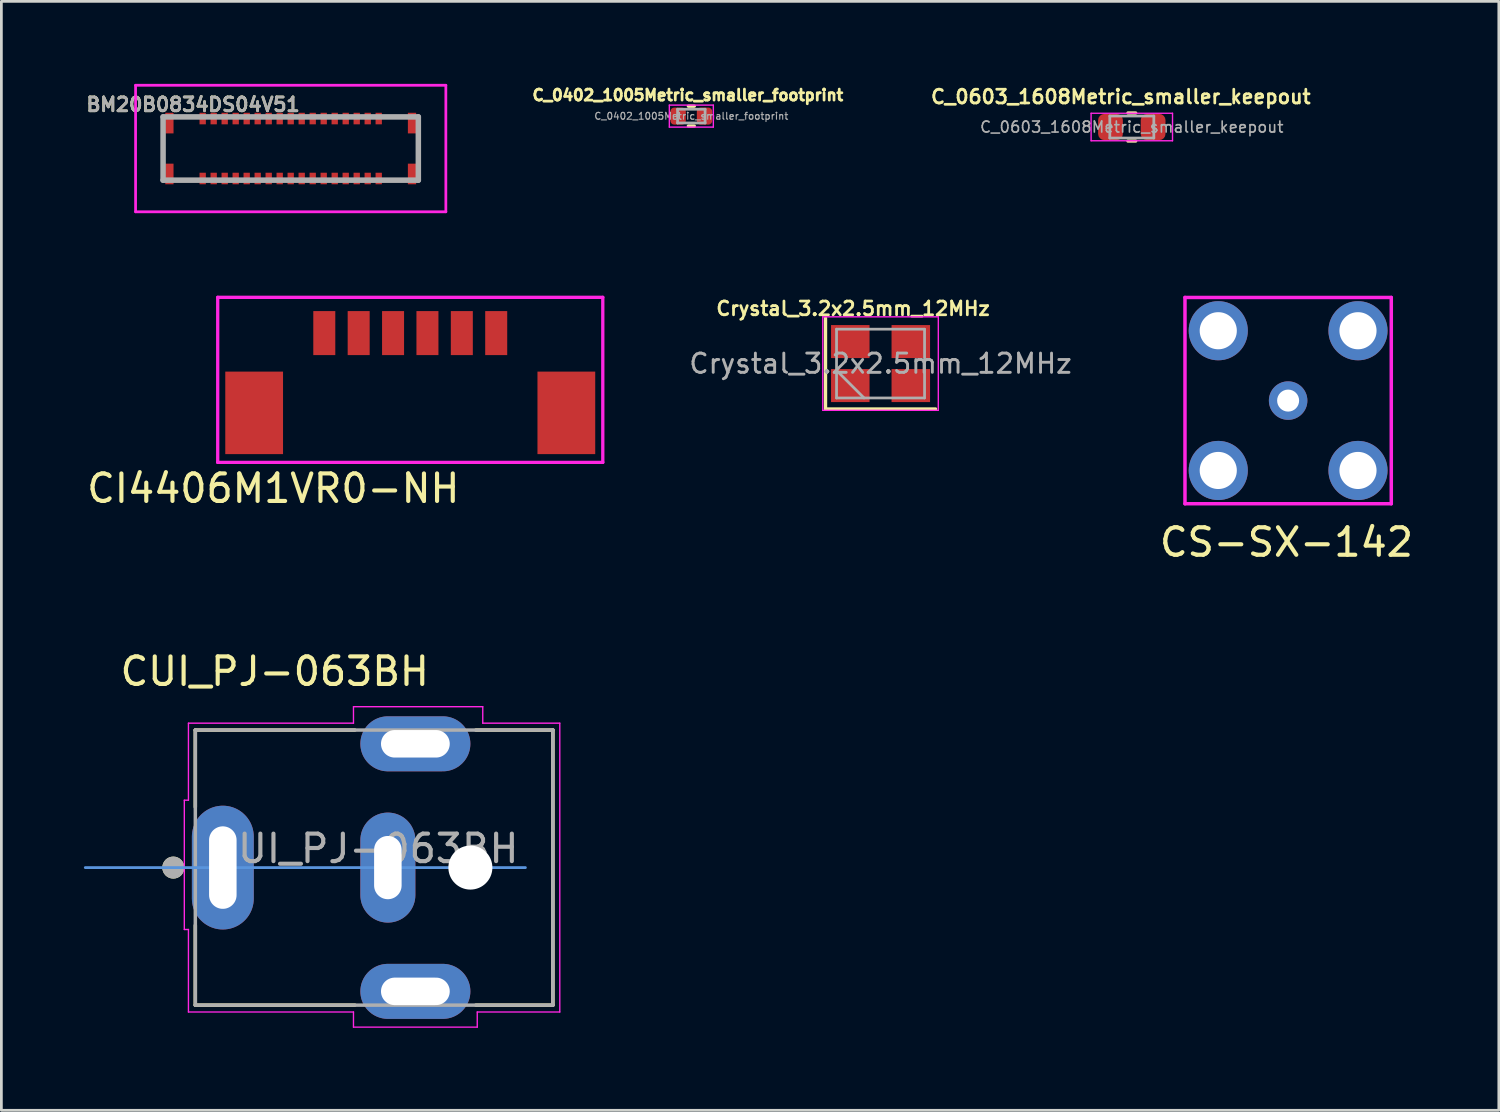
<source format=kicad_pcb>
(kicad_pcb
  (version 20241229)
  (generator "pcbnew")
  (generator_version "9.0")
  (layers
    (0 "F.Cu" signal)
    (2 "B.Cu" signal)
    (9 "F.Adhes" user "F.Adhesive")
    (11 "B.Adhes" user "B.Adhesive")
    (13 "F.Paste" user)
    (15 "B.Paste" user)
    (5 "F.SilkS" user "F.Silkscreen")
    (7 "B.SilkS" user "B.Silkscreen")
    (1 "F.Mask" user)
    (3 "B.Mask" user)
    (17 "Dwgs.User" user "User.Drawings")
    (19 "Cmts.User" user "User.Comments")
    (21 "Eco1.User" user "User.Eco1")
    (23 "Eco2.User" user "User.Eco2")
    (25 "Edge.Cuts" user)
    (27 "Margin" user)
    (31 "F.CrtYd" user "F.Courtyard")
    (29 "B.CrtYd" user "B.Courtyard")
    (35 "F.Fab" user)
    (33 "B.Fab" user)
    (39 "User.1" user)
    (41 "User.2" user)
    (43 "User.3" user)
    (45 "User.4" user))
  (footprint "C_0402_1005Metric_smaller_footprint"
    (layer "F.Cu")
    (at 22.084 1.171)
    (property "Reference" "C_0402_1005Metric_smaller_footprint" (at -0.127 -0.762 0) (layer "F.SilkS") (effects (font (size 0.4 0.4) (thickness 0.1))))
    (attr smd)
    (fp_line (start -0.108 -0.36) (end 0.108 -0.36) (stroke (width 0.12) (type solid)) (layer "F.SilkS"))
    (fp_line (start -0.108 0.36) (end 0.108 0.36) (stroke (width 0.12) (type solid)) (layer "F.SilkS"))
    (fp_line (start -0.8 -0.4) (end 0.8 -0.4) (stroke (width 0.05) (type solid)) (layer "F.CrtYd"))
    (fp_line (start -0.8 0.4) (end -0.8 -0.4) (stroke (width 0.05) (type solid)) (layer "F.CrtYd"))
    (fp_line (start 0.8 -0.4) (end 0.8 0.4) (stroke (width 0.05) (type solid)) (layer "F.CrtYd"))
    (fp_line (start 0.8 0.4) (end -0.8 0.4) (stroke (width 0.05) (type solid)) (layer "F.CrtYd"))
    (fp_line (start -0.5 -0.25) (end 0.5 -0.25) (stroke (width 0.1) (type solid)) (layer "F.Fab"))
    (fp_line (start -0.5 0.25) (end -0.5 -0.25) (stroke (width 0.1) (type solid)) (layer "F.Fab"))
    (fp_line (start 0.5 -0.25) (end 0.5 0.25) (stroke (width 0.1) (type solid)) (layer "F.Fab"))
    (fp_line (start 0.5 0.25) (end -0.5 0.25) (stroke (width 0.1) (type solid)) (layer "F.Fab"))
    (fp_text user "${REFERENCE}" (at 0 0 0) (layer "F.Fab") (effects (font (size 0.25 0.25) (thickness 0.04))))
    (pad "1" smd roundrect (at -0.48 0) (size 0.56 0.62) (layers "F.Cu" "F.Mask" "F.Paste") (roundrect_rratio 0.25))
    (pad "2" smd roundrect (at 0.48 0) (size 0.56 0.62) (layers "F.Cu" "F.Mask" "F.Paste") (roundrect_rratio 0.25)))
  (footprint "CI4406M1VR0-NH"
    (layer "F.Cu")
    (at 11.865 10.16)
    (property "Reference" "CI4406M1VR0-NH" (at -4.978 4.547 0) (layer "F.SilkS") (effects (font (size 1 1) (thickness 0.15))))
    (attr through_hole)
    (fp_line (start -7 -2.4) (end 7 -2.4) (stroke (width 0.12) (type solid)) (layer "F.CrtYd"))
    (fp_line (start -7 3.6) (end -7 -2.4) (stroke (width 0.12) (type solid)) (layer "F.CrtYd"))
    (fp_line (start 7 -2.4) (end 7 3.6) (stroke (width 0.12) (type solid)) (layer "F.CrtYd"))
    (fp_line (start 7 3.6) (end -7 3.6) (stroke (width 0.12) (type solid)) (layer "F.CrtYd"))
    (pad "1" smd rect (at 3.125 -1.1) (size 0.8 1.6) (layers "F.Cu" "F.Mask" "F.Paste"))
    (pad "2" smd rect (at 1.875 -1.1) (size 0.8 1.6) (layers "F.Cu" "F.Mask" "F.Paste"))
    (pad "3" smd rect (at 0.625 -1.1) (size 0.8 1.6) (layers "F.Cu" "F.Mask" "F.Paste"))
    (pad "4" smd rect (at -0.625 -1.1) (size 0.8 1.6) (layers "F.Cu" "F.Mask" "F.Paste"))
    (pad "5" smd rect (at -1.875 -1.1) (size 0.8 1.6) (layers "F.Cu" "F.Mask" "F.Paste"))
    (pad "6" smd rect (at -3.125 -1.1) (size 0.8 1.6) (layers "F.Cu" "F.Mask" "F.Paste"))
    (pad "M1" smd rect (at 5.675 1.8) (size 2.1 3) (layers "F.Cu" "F.Mask" "F.Paste"))
    (pad "M2" smd rect (at -5.675 1.8) (size 2.1 3) (layers "F.Cu" "F.Mask" "F.Paste")))
  (footprint "CS-SX-142"
    (layer "F.Cu")
    (at 43.781 11.514)
    (property "Reference" "CS-SX-142" (at -0.06 5.15 0) (layer "F.SilkS") (effects (font (size 1 1) (thickness 0.15))))
    (attr through_hole)
    (fp_line (start -3.75 -3.75) (end -3.75 3.75) (stroke (width 0.127) (type solid)) (layer "F.CrtYd"))
    (fp_line (start -3.75 -3.75) (end 3.75 -3.75) (stroke (width 0.127) (type solid)) (layer "F.CrtYd"))
    (fp_line (start 3.75 -3.75) (end 3.75 3.75) (stroke (width 0.127) (type solid)) (layer "F.CrtYd"))
    (fp_line (start 3.75 3.75) (end -3.75 3.75) (stroke (width 0.127) (type solid)) (layer "F.CrtYd"))
    (pad "1" thru_hole circle (at 0 0) (size 1.4 1.4) (drill 0.8) (layers "*.Mask" "B.Cu"))
    (pad "2" thru_hole circle (at 2.54 -2.54) (size 2.15 2.15) (drill 1.35) (layers "*.Cu" "*.Mask"))
    (pad "3" thru_hole circle (at -2.54 -2.54) (size 2.15 2.15) (drill 1.35) (layers "*.Cu" "*.Mask"))
    (pad "4" thru_hole circle (at -2.54 2.54) (size 2.15 2.15) (drill 1.35) (layers "*.Cu" "*.Mask"))
    (pad "5" thru_hole circle (at 2.54 2.54) (size 2.15 2.15) (drill 1.35) (layers "*.Cu" "*.Mask")))
  (footprint "BM20B0834DS04V51"
    (layer "F.Cu")
    (at 7.519 2.35)
    (property "Reference" "BM20B0834DS04V51" (at -3.55 -1.6 0) (layer "F.SilkS") (effects (font (size 0.5 0.5) (thickness 0.1))))
    (attr smd)
    (fp_line (start -4.64 -0.4) (end -4.64 0.4) (stroke (width 0.1) (type solid)) (layer "F.SilkS"))
    (fp_line (start -4 -1.15) (end -3.4 -1.15) (stroke (width 0.1) (type solid)) (layer "F.SilkS"))
    (fp_line (start -4 1.15) (end -3.4 1.15) (stroke (width 0.1) (type solid)) (layer "F.SilkS"))
    (fp_line (start 3.6 -1.15) (end 4 -1.15) (stroke (width 0.1) (type solid)) (layer "F.SilkS"))
    (fp_line (start 3.6 1.15) (end 4 1.15) (stroke (width 0.1) (type solid)) (layer "F.SilkS"))
    (fp_line (start 4.64 -0.4) (end 4.64 0.4) (stroke (width 0.1) (type solid)) (layer "F.SilkS"))
    (fp_line (start -5.64 -2.3) (end 5.64 -2.3) (stroke (width 0.1) (type solid)) (layer "F.CrtYd"))
    (fp_line (start -5.64 2.3) (end -5.64 -2.3) (stroke (width 0.1) (type solid)) (layer "F.CrtYd"))
    (fp_line (start 5.64 -2.3) (end 5.64 2.3) (stroke (width 0.1) (type solid)) (layer "F.CrtYd"))
    (fp_line (start 5.64 2.3) (end -5.64 2.3) (stroke (width 0.1) (type solid)) (layer "F.CrtYd"))
    (fp_line (start -4.64 -1.15) (end 4.64 -1.15) (stroke (width 0.2) (type solid)) (layer "F.Fab"))
    (fp_line (start -4.64 1.15) (end -4.64 -1.15) (stroke (width 0.2) (type solid)) (layer "F.Fab"))
    (fp_line (start 4.64 -1.15) (end 4.64 1.15) (stroke (width 0.2) (type solid)) (layer "F.Fab"))
    (fp_line (start 4.64 1.15) (end -4.64 1.15) (stroke (width 0.2) (type solid)) (layer "F.Fab"))
    (fp_text user "${REFERENCE}" (at -3.55 -1.6 0) (layer "F.Fab") (effects (font (size 0.5 0.5) (thickness 0.1))))
    (pad "1" smd rect (at -3.2 -1.09) (size 0.23 0.42) (layers "F.Cu" "F.Mask" "F.Paste"))
    (pad "2" smd rect (at -2.8 -1.09) (size 0.23 0.42) (layers "F.Cu" "F.Mask" "F.Paste"))
    (pad "3" smd rect (at -2.4 -1.09) (size 0.23 0.42) (layers "F.Cu" "F.Mask" "F.Paste"))
    (pad "4" smd rect (at -2 -1.09) (size 0.23 0.42) (layers "F.Cu" "F.Mask" "F.Paste"))
    (pad "5" smd rect (at -1.6 -1.09) (size 0.23 0.42) (layers "F.Cu" "F.Mask" "F.Paste"))
    (pad "6" smd rect (at -1.2 -1.09) (size 0.23 0.42) (layers "F.Cu" "F.Mask" "F.Paste"))
    (pad "7" smd rect (at -0.8 -1.09) (size 0.23 0.42) (layers "F.Cu" "F.Mask" "F.Paste"))
    (pad "8" smd rect (at -0.4 -1.09) (size 0.23 0.42) (layers "F.Cu" "F.Mask" "F.Paste"))
    (pad "9" smd rect (at 0 -1.09) (size 0.23 0.42) (layers "F.Cu" "F.Mask" "F.Paste"))
    (pad "10" smd rect (at 0.4 -1.09) (size 0.23 0.42) (layers "F.Cu" "F.Mask" "F.Paste"))
    (pad "11" smd rect (at 0.8 -1.09) (size 0.23 0.42) (layers "F.Cu" "F.Mask" "F.Paste"))
    (pad "12" smd rect (at 1.2 -1.09) (size 0.23 0.42) (layers "F.Cu" "F.Mask" "F.Paste"))
    (pad "13" smd rect (at 1.6 -1.09) (size 0.23 0.42) (layers "F.Cu" "F.Mask" "F.Paste"))
    (pad "14" smd rect (at 2 -1.09) (size 0.23 0.42) (layers "F.Cu" "F.Mask" "F.Paste"))
    (pad "15" smd rect (at 2.4 -1.09) (size 0.23 0.42) (layers "F.Cu" "F.Mask" "F.Paste"))
    (pad "16" smd rect (at 2.8 -1.09) (size 0.23 0.42) (layers "F.Cu" "F.Mask" "F.Paste"))
    (pad "17" smd rect (at 3.2 -1.09) (size 0.23 0.42) (layers "F.Cu" "F.Mask" "F.Paste"))
    (pad "18" smd rect (at 3.2 1.09) (size 0.23 0.42) (layers "F.Cu" "F.Mask" "F.Paste"))
    (pad "19" smd rect (at 2.8 1.09) (size 0.23 0.42) (layers "F.Cu" "F.Mask" "F.Paste"))
    (pad "20" smd rect (at 2.4 1.09) (size 0.23 0.42) (layers "F.Cu" "F.Mask" "F.Paste"))
    (pad "21" smd rect (at 2 1.09) (size 0.23 0.42) (layers "F.Cu" "F.Mask" "F.Paste"))
    (pad "22" smd rect (at 1.6 1.09) (size 0.23 0.42) (layers "F.Cu" "F.Mask" "F.Paste"))
    (pad "23" smd rect (at 1.2 1.09) (size 0.23 0.42) (layers "F.Cu" "F.Mask" "F.Paste"))
    (pad "24" smd rect (at 0.8 1.09) (size 0.23 0.42) (layers "F.Cu" "F.Mask" "F.Paste"))
    (pad "25" smd rect (at 0.4 1.09) (size 0.23 0.42) (layers "F.Cu" "F.Mask" "F.Paste"))
    (pad "26" smd rect (at 0 1.09) (size 0.23 0.42) (layers "F.Cu" "F.Mask" "F.Paste"))
    (pad "27" smd rect (at -0.4 1.09) (size 0.23 0.42) (layers "F.Cu" "F.Mask" "F.Paste"))
    (pad "28" smd rect (at -0.8 1.09) (size 0.23 0.42) (layers "F.Cu" "F.Mask" "F.Paste"))
    (pad "29" smd rect (at -1.2 1.09) (size 0.23 0.42) (layers "F.Cu" "F.Mask" "F.Paste"))
    (pad "30" smd rect (at -1.6 1.09) (size 0.23 0.42) (layers "F.Cu" "F.Mask" "F.Paste"))
    (pad "31" smd rect (at -2 1.09) (size 0.23 0.42) (layers "F.Cu" "F.Mask" "F.Paste"))
    (pad "32" smd rect (at -2.4 1.09) (size 0.23 0.42) (layers "F.Cu" "F.Mask" "F.Paste"))
    (pad "33" smd rect (at -2.8 1.09) (size 0.23 0.42) (layers "F.Cu" "F.Mask" "F.Paste"))
    (pad "34" smd rect (at -3.2 1.09) (size 0.23 0.42) (layers "F.Cu" "F.Mask" "F.Paste"))
    (pad "MP1" smd rect (at -4.41 0.925) (size 0.3 0.75) (layers "F.Cu" "F.Mask" "F.Paste"))
    (pad "MP2" smd rect (at -4.41 -0.925) (size 0.3 0.75) (layers "F.Cu" "F.Mask" "F.Paste"))
    (pad "MP3" smd rect (at 4.41 0.925) (size 0.3 0.75) (layers "F.Cu" "F.Mask" "F.Paste"))
    (pad "MP4" smd rect (at 4.41 -0.925) (size 0.3 0.75) (layers "F.Cu" "F.Mask" "F.Paste")))
  (footprint "CUI_PJ-063BH"
    (layer "F.Cu")
    (at 5.051 28.492)
    (property "Reference" "CUI_PJ-063BH" (at 1.887 -7.132 0) (layer "F.SilkS") (effects (font (size 1.001 1.001) (thickness 0.15))))
    (attr through_hole)
    (fp_line (start -1 -5) (end 4.8 -5) (stroke (width 0.127) (type solid)) (layer "F.SilkS"))
    (fp_line (start -1 -2.2) (end -1 -5) (stroke (width 0.127) (type solid)) (layer "F.SilkS"))
    (fp_line (start -1 5) (end -1 2.1) (stroke (width 0.127) (type solid)) (layer "F.SilkS"))
    (fp_line (start 4.8 5) (end -1 5) (stroke (width 0.127) (type solid)) (layer "F.SilkS"))
    (fp_line (start 9.2 -5) (end 12 -5) (stroke (width 0.127) (type solid)) (layer "F.SilkS"))
    (fp_line (start 12 -5) (end 12 5) (stroke (width 0.127) (type solid)) (layer "F.SilkS"))
    (fp_line (start 12 5) (end 9.2 5) (stroke (width 0.127) (type solid)) (layer "F.SilkS"))
    (fp_circle (center -1.8 0) (end -1.6 0) (stroke (width 0.4) (type solid)) (fill no) (layer "F.SilkS"))
    (fp_line (start -5 0) (end 11 0) (stroke (width 0.102) (type solid)) (layer "Cmts.User"))
    (fp_line (start -1.4 -2.45) (end -1.25 -2.45) (stroke (width 0.05) (type solid)) (layer "F.CrtYd"))
    (fp_line (start -1.4 2.25) (end -1.4 -2.45) (stroke (width 0.05) (type solid)) (layer "F.CrtYd"))
    (fp_line (start -1.25 -5.25) (end 4.75 -5.25) (stroke (width 0.05) (type solid)) (layer "F.CrtYd"))
    (fp_line (start -1.25 -2.45) (end -1.25 -5.25) (stroke (width 0.05) (type solid)) (layer "F.CrtYd"))
    (fp_line (start -1.25 2.25) (end -1.4 2.25) (stroke (width 0.05) (type solid)) (layer "F.CrtYd"))
    (fp_line (start -1.25 5.25) (end -1.25 2.25) (stroke (width 0.05) (type solid)) (layer "F.CrtYd"))
    (fp_line (start 4.75 -5.85) (end 9.45 -5.85) (stroke (width 0.05) (type solid)) (layer "F.CrtYd"))
    (fp_line (start 4.75 -5.25) (end 4.75 -5.85) (stroke (width 0.05) (type solid)) (layer "F.CrtYd"))
    (fp_line (start 4.75 5.25) (end -1.25 5.25) (stroke (width 0.05) (type solid)) (layer "F.CrtYd"))
    (fp_line (start 4.75 5.8) (end 4.75 5.25) (stroke (width 0.05) (type solid)) (layer "F.CrtYd"))
    (fp_line (start 9.25 5.25) (end 9.25 5.8) (stroke (width 0.05) (type solid)) (layer "F.CrtYd"))
    (fp_line (start 9.25 5.8) (end 4.75 5.8) (stroke (width 0.05) (type solid)) (layer "F.CrtYd"))
    (fp_line (start 9.45 -5.85) (end 9.45 -5.25) (stroke (width 0.05) (type solid)) (layer "F.CrtYd"))
    (fp_line (start 9.45 -5.25) (end 12.25 -5.25) (stroke (width 0.05) (type solid)) (layer "F.CrtYd"))
    (fp_line (start 12.25 -5.25) (end 12.25 5.25) (stroke (width 0.05) (type solid)) (layer "F.CrtYd"))
    (fp_line (start 12.25 5.25) (end 9.25 5.25) (stroke (width 0.05) (type solid)) (layer "F.CrtYd"))
    (fp_line (start -1 -5) (end 12 -5) (stroke (width 0.127) (type solid)) (layer "F.Fab"))
    (fp_line (start -1 5) (end -1 -5) (stroke (width 0.127) (type solid)) (layer "F.Fab"))
    (fp_line (start 12 -5) (end 12 5) (stroke (width 0.127) (type solid)) (layer "F.Fab"))
    (fp_line (start 12 5) (end -1 5) (stroke (width 0.127) (type solid)) (layer "F.Fab"))
    (fp_circle (center -1.8 0) (end -1.6 0) (stroke (width 0.4) (type solid)) (fill no) (layer "F.Fab"))
    (fp_text user "${REFERENCE}" (at 5.15 -0.69 0) (layer "F.Fab") (effects (font (size 1 1) (thickness 0.15))))
    (pad "" np_thru_hole circle (at 9 0) (size 1.6 1.6) (drill 1.6) (layers "*.Cu" "*.Mask"))
    (pad "1" thru_hole oval (at 0 0) (size 2.25 4.5) (drill oval 1 3) (layers "*.Cu" "*.Mask"))
    (pad "2" thru_hole oval (at 6 0) (size 2 4) (drill oval 1 2.3) (layers "*.Cu" "*.Mask"))
    (pad "S1" thru_hole oval (at 7 -4.5) (size 4 2) (drill oval 2.5 1) (layers "*.Cu" "*.Mask"))
    (pad "S2" thru_hole oval (at 7 4.5) (size 4 2) (drill oval 2.5 1) (layers "*.Cu" "*.Mask")))
  (footprint "C_0603_1608Metric_smaller_keepout"
    (layer "F.Cu")
    (at 38.098 1.568)
    (property "Reference" "C_0603_1608Metric_smaller_keepout" (at -0.4 -1.1 0) (layer "F.SilkS") (effects (font (size 0.5 0.5) (thickness 0.1))))
    (attr smd)
    (fp_line (start -0.141 -0.51) (end 0.141 -0.51) (stroke (width 0.12) (type solid)) (layer "F.SilkS"))
    (fp_line (start -0.141 0.51) (end 0.141 0.51) (stroke (width 0.12) (type solid)) (layer "F.SilkS"))
    (fp_line (start -1.48 -0.5) (end 1.48 -0.5) (stroke (width 0.05) (type solid)) (layer "F.CrtYd"))
    (fp_line (start -1.48 0.5) (end -1.48 -0.5) (stroke (width 0.05) (type solid)) (layer "F.CrtYd"))
    (fp_line (start 1.48 -0.5) (end 1.48 0.5) (stroke (width 0.05) (type solid)) (layer "F.CrtYd"))
    (fp_line (start 1.48 0.5) (end -1.48 0.5) (stroke (width 0.05) (type solid)) (layer "F.CrtYd"))
    (fp_line (start -0.8 -0.4) (end 0.8 -0.4) (stroke (width 0.1) (type solid)) (layer "F.Fab"))
    (fp_line (start -0.8 0.4) (end -0.8 -0.4) (stroke (width 0.1) (type solid)) (layer "F.Fab"))
    (fp_line (start 0.8 -0.4) (end 0.8 0.4) (stroke (width 0.1) (type solid)) (layer "F.Fab"))
    (fp_line (start 0.8 0.4) (end -0.8 0.4) (stroke (width 0.1) (type solid)) (layer "F.Fab"))
    (fp_text user "${REFERENCE}" (at 0 0 0) (layer "F.Fab") (effects (font (size 0.4 0.4) (thickness 0.06))))
    (pad "1" smd roundrect (at -0.775 0) (size 0.9 0.95) (layers "F.Cu" "F.Mask" "F.Paste") (roundrect_rratio 0.25))
    (pad "2" smd roundrect (at 0.775 0) (size 0.9 0.95) (layers "F.Cu" "F.Mask" "F.Paste") (roundrect_rratio 0.25)))
  (footprint "Crystal_3.2x2.5mm_12MHz"
    (layer "F.Cu")
    (at 28.963 10.168)
    (property "Reference" "Crystal_3.2x2.5mm_12MHz" (at -1 -2 0) (layer "F.SilkS") (effects (font (size 0.5 0.5) (thickness 0.1))))
    (attr smd)
    (fp_line (start -2 -1.65) (end -2 1.65) (stroke (width 0.12) (type solid)) (layer "F.SilkS"))
    (fp_line (start -2 1.65) (end 2 1.65) (stroke (width 0.12) (type solid)) (layer "F.SilkS"))
    (fp_line (start -2.1 -1.7) (end -2.1 1.7) (stroke (width 0.05) (type solid)) (layer "F.CrtYd"))
    (fp_line (start -2.1 1.7) (end 2.1 1.7) (stroke (width 0.05) (type solid)) (layer "F.CrtYd"))
    (fp_line (start 2.1 -1.7) (end -2.1 -1.7) (stroke (width 0.05) (type solid)) (layer "F.CrtYd"))
    (fp_line (start 2.1 1.7) (end 2.1 -1.7) (stroke (width 0.05) (type solid)) (layer "F.CrtYd"))
    (fp_line (start -1.6 -1.25) (end -1.6 1.25) (stroke (width 0.1) (type solid)) (layer "F.Fab"))
    (fp_line (start -1.6 0.25) (end -0.6 1.25) (stroke (width 0.1) (type solid)) (layer "F.Fab"))
    (fp_line (start -1.6 1.25) (end 1.6 1.25) (stroke (width 0.1) (type solid)) (layer "F.Fab"))
    (fp_line (start 1.6 -1.25) (end -1.6 -1.25) (stroke (width 0.1) (type solid)) (layer "F.Fab"))
    (fp_line (start 1.6 1.25) (end 1.6 -1.25) (stroke (width 0.1) (type solid)) (layer "F.Fab"))
    (fp_text user "${REFERENCE}" (at 0 0 0) (layer "F.Fab") (effects (font (size 0.7 0.7) (thickness 0.105))))
    (pad "1" smd rect (at -1.1 0.8) (size 1.4 1.2) (layers "F.Cu" "F.Mask" "F.Paste"))
    (pad "2" smd rect (at 1.1 0.8) (size 1.4 1.2) (layers "F.Cu" "F.Mask" "F.Paste"))
    (pad "3" smd rect (at 1.1 -0.8) (size 1.4 1.2) (layers "F.Cu" "F.Mask" "F.Paste"))
    (pad "4" smd rect (at -1.1 -0.8) (size 1.4 1.2) (layers "F.Cu" "F.Mask" "F.Paste")))
  (gr_rect
    (start -3 -3)
    (end 51.441 37.317)
    (stroke (width 0.1) (type default))
    (fill no)
    (layer "Edge.Cuts")))
</source>
